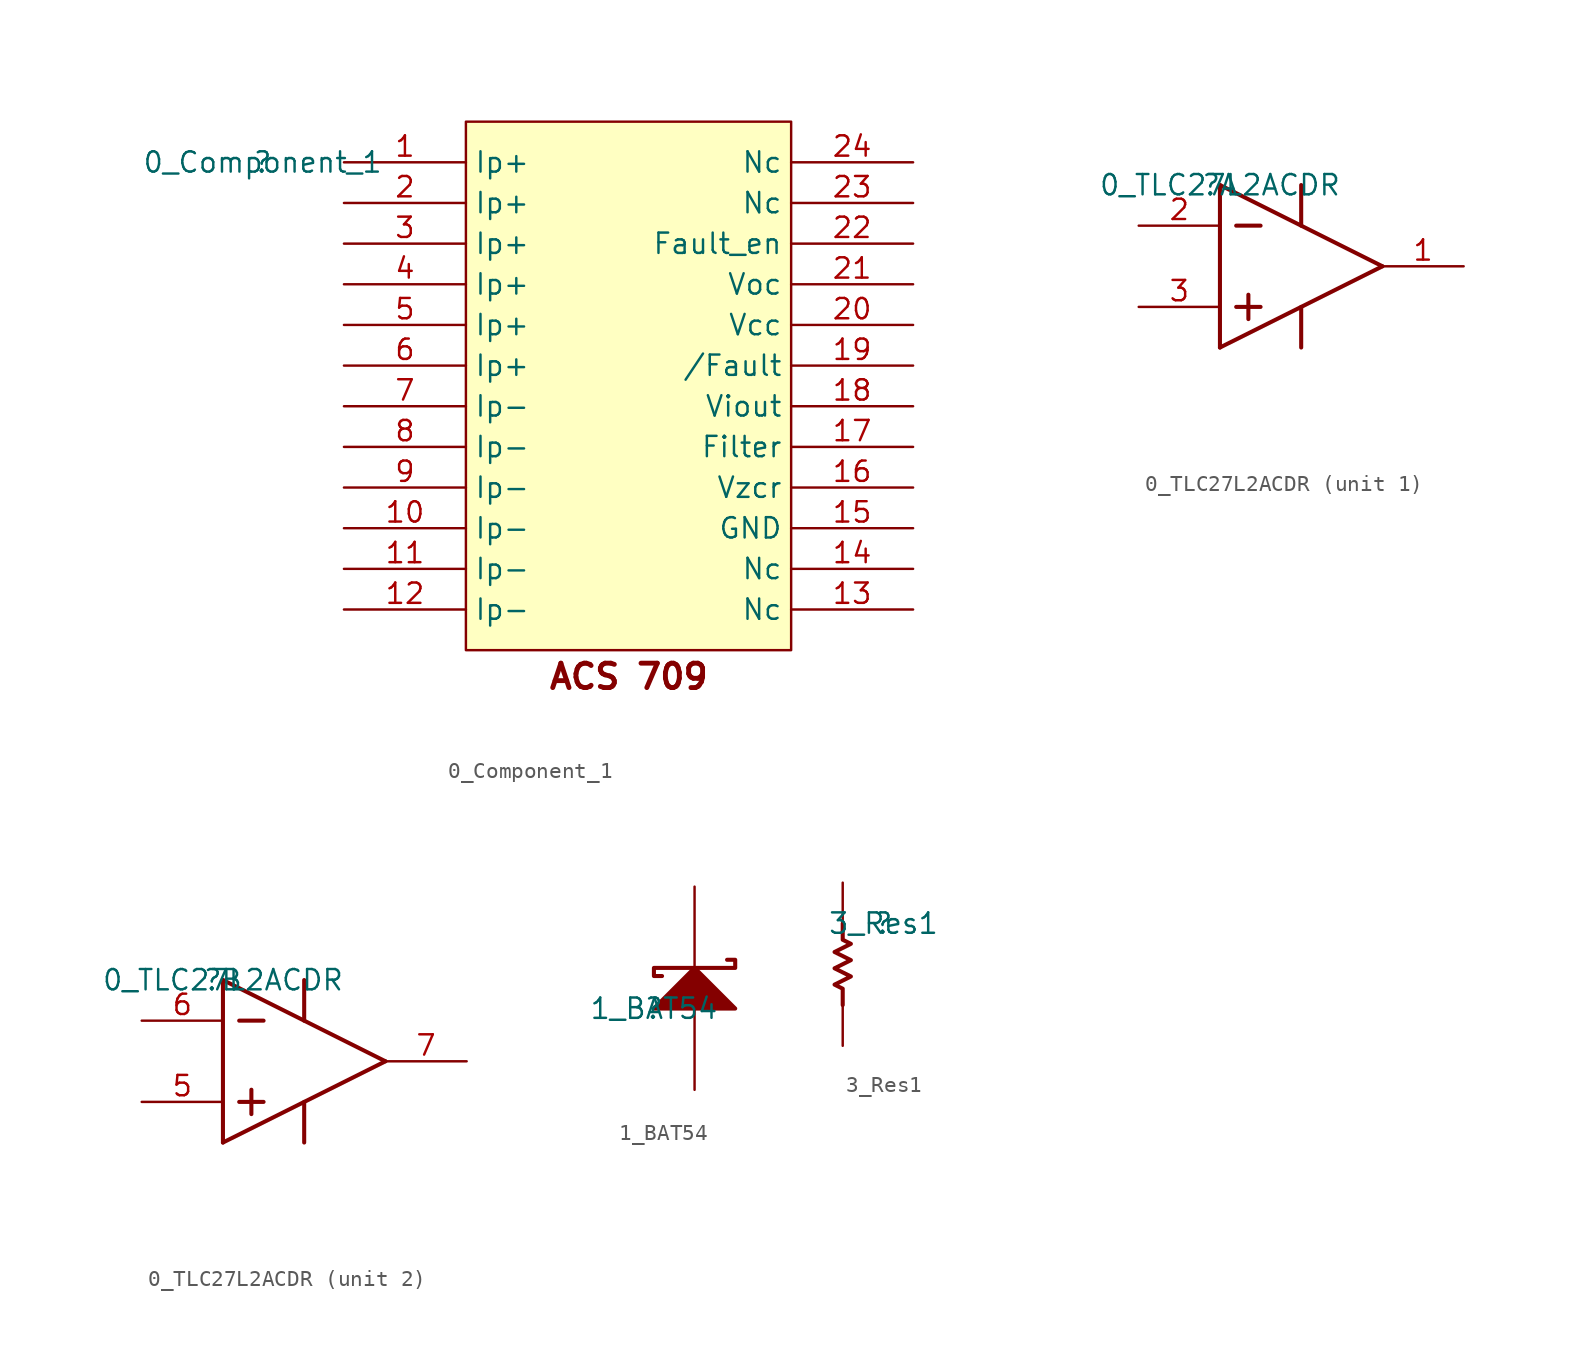
<source format=kicad_sym>
(kicad_symbol_lib
  (version 20211014)
  (generator kicad_symbol_editor)
  (symbol "0_Component_1"
    (property "Reference" ""
      (at 0 0 0)
      (effects (font (size 1.27 1.27))))
    (property "Value" "0_Component_1"
      (at 0 0 0)
      (effects (font (size 1.27 1.27))))
    (symbol "0_Component_1_1_0"
      (rectangle (start 33.02 2.54) (end 12.7 -30.48) (stroke (width 0) (type default) (color 0 0 0 0)) (fill (type background)))
      (text "ACS 709" (at 17.78 -33.02 0) (effects (font (size 1.524 1.524) bold) (justify left bottom)))
      (pin passive line (at 5.08 0 0) (length 7.62) (name "Ip+" (effects (font (size 1.27 1.27)))) (number "1" (effects (font (size 1.27 1.27)))))
      (pin passive line (at 5.08 -22.86 0) (length 7.62) (name "Ip-" (effects (font (size 1.27 1.27)))) (number "10" (effects (font (size 1.27 1.27)))))
      (pin passive line (at 5.08 -25.4 0) (length 7.62) (name "Ip-" (effects (font (size 1.27 1.27)))) (number "11" (effects (font (size 1.27 1.27)))))
      (pin passive line (at 5.08 -27.94 0) (length 7.62) (name "Ip-" (effects (font (size 1.27 1.27)))) (number "12" (effects (font (size 1.27 1.27)))))
      (pin passive line (at 40.64 -27.94 180) (length 7.62) (name "Nc" (effects (font (size 1.27 1.27)))) (number "13" (effects (font (size 1.27 1.27)))))
      (pin passive line (at 40.64 -25.4 180) (length 7.62) (name "Nc" (effects (font (size 1.27 1.27)))) (number "14" (effects (font (size 1.27 1.27)))))
      (pin passive line (at 40.64 -22.86 180) (length 7.62) (name "GND" (effects (font (size 1.27 1.27)))) (number "15" (effects (font (size 1.27 1.27)))))
      (pin passive line (at 40.64 -20.32 180) (length 7.62) (name "Vzcr" (effects (font (size 1.27 1.27)))) (number "16" (effects (font (size 1.27 1.27)))))
      (pin passive line (at 40.64 -17.78 180) (length 7.62) (name "Filter" (effects (font (size 1.27 1.27)))) (number "17" (effects (font (size 1.27 1.27)))))
      (pin passive line (at 40.64 -15.24 180) (length 7.62) (name "Viout" (effects (font (size 1.27 1.27)))) (number "18" (effects (font (size 1.27 1.27)))))
      (pin passive line (at 40.64 -12.7 180) (length 7.62) (name "/Fault" (effects (font (size 1.27 1.27)))) (number "19" (effects (font (size 1.27 1.27)))))
      (pin passive line (at 5.08 -2.54 0) (length 7.62) (name "Ip+" (effects (font (size 1.27 1.27)))) (number "2" (effects (font (size 1.27 1.27)))))
      (pin passive line (at 40.64 -10.16 180) (length 7.62) (name "Vcc" (effects (font (size 1.27 1.27)))) (number "20" (effects (font (size 1.27 1.27)))))
      (pin passive line (at 40.64 -7.62 180) (length 7.62) (name "Voc" (effects (font (size 1.27 1.27)))) (number "21" (effects (font (size 1.27 1.27)))))
      (pin passive line (at 40.64 -5.08 180) (length 7.62) (name "Fault_en" (effects (font (size 1.27 1.27)))) (number "22" (effects (font (size 1.27 1.27)))))
      (pin passive line (at 40.64 -2.54 180) (length 7.62) (name "Nc" (effects (font (size 1.27 1.27)))) (number "23" (effects (font (size 1.27 1.27)))))
      (pin passive line (at 40.64 0 180) (length 7.62) (name "Nc" (effects (font (size 1.27 1.27)))) (number "24" (effects (font (size 1.27 1.27)))))
      (pin passive line (at 5.08 -5.08 0) (length 7.62) (name "Ip+" (effects (font (size 1.27 1.27)))) (number "3" (effects (font (size 1.27 1.27)))))
      (pin passive line (at 5.08 -7.62 0) (length 7.62) (name "Ip+" (effects (font (size 1.27 1.27)))) (number "4" (effects (font (size 1.27 1.27)))))
      (pin passive line (at 5.08 -10.16 0) (length 7.62) (name "Ip+" (effects (font (size 1.27 1.27)))) (number "5" (effects (font (size 1.27 1.27)))))
      (pin passive line (at 5.08 -12.7 0) (length 7.62) (name "Ip+" (effects (font (size 1.27 1.27)))) (number "6" (effects (font (size 1.27 1.27)))))
      (pin passive line (at 5.08 -15.24 0) (length 7.62) (name "Ip-" (effects (font (size 1.27 1.27)))) (number "7" (effects (font (size 1.27 1.27)))))
      (pin passive line (at 5.08 -17.78 0) (length 7.62) (name "Ip-" (effects (font (size 1.27 1.27)))) (number "8" (effects (font (size 1.27 1.27)))))
      (pin passive line (at 5.08 -20.32 0) (length 7.62) (name "Ip-" (effects (font (size 1.27 1.27)))) (number "9" (effects (font (size 1.27 1.27)))))))
  (symbol "0_TLC27L2ACDR"
    (property "Reference" ""
      (at 0 0 0)
      (effects (font (size 1.27 1.27))))
    (property "Value" "0_TLC27L2ACDR"
      (at 0 0 0)
      (effects (font (size 1.27 1.27))))
    (symbol "0_TLC27L2ACDR_-1_0"
      (pin power_in line (at 5.08 -15.24 90) (length 5.08) (name "GND" (effects (font (size 0 0)))) (number "4" (effects (font (size 1.27 1.27)))))
      (pin power_in line (at 5.08 5.08 270) (length 5.08) (name "VDD" (effects (font (size 0 0)))) (number "8" (effects (font (size 1.27 1.27))))))
    (symbol "0_TLC27L2ACDR_1_0"
      (polyline (pts (xy 0 -10.16) (xy 10.16 -5.08)) (stroke (width 0.254) (type default) (color 0 0 0 0)) (fill (type none)))
      (polyline (pts (xy 0 0) (xy 0 -10.16)) (stroke (width 0.254) (type default) (color 0 0 0 0)) (fill (type none)))
      (polyline (pts (xy 0 0) (xy 10.16 -5.08)) (stroke (width 0.254) (type default) (color 0 0 0 0)) (fill (type none)))
      (polyline (pts (xy 1.016 -7.62) (xy 2.54 -7.62)) (stroke (width 0.254) (type default) (color 0 0 0 0)) (fill (type none)))
      (polyline (pts (xy 1.016 -2.54) (xy 2.54 -2.54)) (stroke (width 0.254) (type default) (color 0 0 0 0)) (fill (type none)))
      (polyline (pts (xy 1.778 -6.858) (xy 1.778 -8.382)) (stroke (width 0.254) (type default) (color 0 0 0 0)) (fill (type none)))
      (polyline (pts (xy 5.08 -7.62) (xy 5.08 -10.16)) (stroke (width 0.254) (type default) (color 0 0 0 0)) (fill (type none)))
      (polyline (pts (xy 5.08 0) (xy 5.08 -2.54)) (stroke (width 0.254) (type default) (color 0 0 0 0)) (fill (type none)))
      (pin output line (at 15.24 -5.08 180) (length 5.08) (name "OUT" (effects (font (size 0 0)))) (number "1" (effects (font (size 1.27 1.27)))))
      (pin input line (at -5.08 -2.54 0) (length 5.08) (name "IN-" (effects (font (size 0 0)))) (number "2" (effects (font (size 1.27 1.27)))))
      (pin input line (at -5.08 -7.62 0) (length 5.08) (name "IN+" (effects (font (size 0 0)))) (number "3" (effects (font (size 1.27 1.27))))))
    (symbol "0_TLC27L2ACDR_2_0"
      (polyline (pts (xy 0 -10.16) (xy 10.16 -5.08)) (stroke (width 0.254) (type default) (color 0 0 0 0)) (fill (type none)))
      (polyline (pts (xy 0 0) (xy 0 -10.16)) (stroke (width 0.254) (type default) (color 0 0 0 0)) (fill (type none)))
      (polyline (pts (xy 0 0) (xy 10.16 -5.08)) (stroke (width 0.254) (type default) (color 0 0 0 0)) (fill (type none)))
      (polyline (pts (xy 1.016 -7.62) (xy 2.54 -7.62)) (stroke (width 0.254) (type default) (color 0 0 0 0)) (fill (type none)))
      (polyline (pts (xy 1.016 -2.54) (xy 2.54 -2.54)) (stroke (width 0.254) (type default) (color 0 0 0 0)) (fill (type none)))
      (polyline (pts (xy 1.778 -6.858) (xy 1.778 -8.382)) (stroke (width 0.254) (type default) (color 0 0 0 0)) (fill (type none)))
      (polyline (pts (xy 5.08 -7.62) (xy 5.08 -10.16)) (stroke (width 0.254) (type default) (color 0 0 0 0)) (fill (type none)))
      (polyline (pts (xy 5.08 0) (xy 5.08 -2.54)) (stroke (width 0.254) (type default) (color 0 0 0 0)) (fill (type none)))
      (pin input line (at -5.08 -7.62 0) (length 5.08) (name "IN+" (effects (font (size 0 0)))) (number "5" (effects (font (size 1.27 1.27)))))
      (pin input line (at -5.08 -2.54 0) (length 5.08) (name "IN-" (effects (font (size 0 0)))) (number "6" (effects (font (size 1.27 1.27)))))
      (pin output line (at 15.24 -5.08 180) (length 5.08) (name "OUT" (effects (font (size 0 0)))) (number "7" (effects (font (size 1.27 1.27)))))))
  (symbol "1_BAT54"
    (property "Reference" ""
      (at 0 0 0)
      (effects (font (size 1.27 1.27))))
    (property "Value" "1_BAT54"
      (at 0 0 0)
      (effects (font (size 1.27 1.27))))
    (symbol "1_BAT54_1_0"
      (polyline (pts (xy 5.08 0) (xy 2.54 2.54) (xy 0 0) (xy 5.08 0)) (stroke (width 0.254) (type default) (color 0 0 0 0)) (fill (type outline)))
      (polyline (pts (xy 4.572 3.048) (xy 5.08 3.048) (xy 5.08 2.54) (xy 0 2.54) (xy 0 2.032) (xy 0.508 2.032)) (stroke (width 0.254) (type default) (color 0 0 0 0)) (fill (type none)))
      (pin passive line (at 2.54 -5.08 90) (length 5.08) (name "A" (effects (font (size 0 0)))) (number "1" (effects (font (size 0 0)))))
      (pin passive line (at 2.54 7.62 270) (length 5.08) (name "K" (effects (font (size 0 0)))) (number "2" (effects (font (size 0 0)))))))
  (symbol "3_Res1"
    (property "Reference" ""
      (at 0 0 0)
      (effects (font (size 1.27 1.27))))
    (property "Value" "3_Res1"
      (at 0 0 0)
      (effects (font (size 1.27 1.27))))
    (symbol "3_Res1_1_0"
      (polyline (pts (xy -2.54 -5.08) (xy -2.54 -4.064) (xy -3.048 -3.81) (xy -2.032 -3.302) (xy -3.048 -2.794) (xy -2.032 -2.286) (xy -3.048 -1.778) (xy -2.032 -1.27) (xy -2.54 -1.016) (xy -2.54 0)) (stroke (width 0.254) (type default) (color 0 0 0 0)) (fill (type none)))
      (pin passive line (at -2.54 2.54 270) (length 2.54) (name "1" (effects (font (size 0 0)))) (number "1" (effects (font (size 0 0)))))
      (pin passive line (at -2.54 -7.62 90) (length 2.54) (name "2" (effects (font (size 0 0)))) (number "2" (effects (font (size 0 0))))))))
</source>
